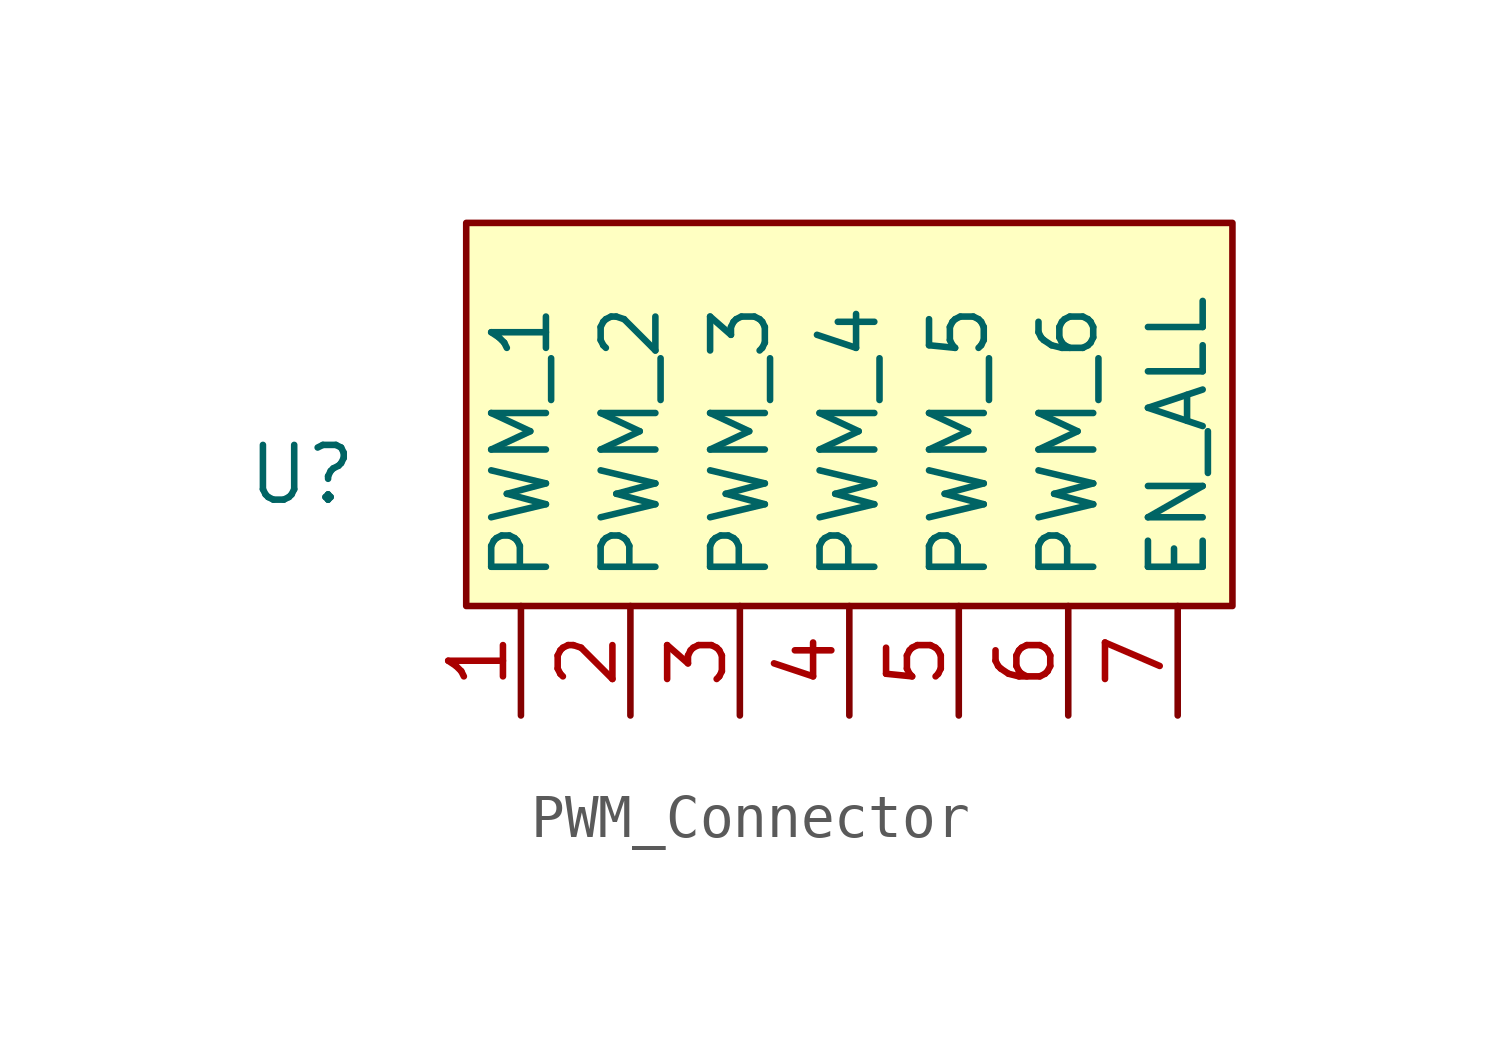
<source format=kicad_sym>
(kicad_symbol_lib
  (version 20231120)
  (generator "kicad_symbol_editor")
  (generator_version "8.0")
  (symbol "PWM_Connector"
    (property "Reference" "U"
      (at -3.81 3.048 0)
      (effects (font (size 1.27 1.27))))
    (property "Value" ""
      (at 0 0 0)
      (effects (font (size 1.27 1.27))))
    (symbol "PWM_Connector_1_1"
      (rectangle (start 0 8.89) (end 17.78 0) (stroke (width 0) (type default)) (fill (type background)))
      (pin input line (at 1.27 -2.54 90) (length 2.54) (name "PWM_1" (effects (font (size 1.27 1.27)))) (number "1" (effects (font (size 1.27 1.27)))))
      (pin input line (at 3.81 -2.54 90) (length 2.54) (name "PWM_2" (effects (font (size 1.27 1.27)))) (number "2" (effects (font (size 1.27 1.27)))))
      (pin input line (at 6.35 -2.54 90) (length 2.54) (name "PWM_3" (effects (font (size 1.27 1.27)))) (number "3" (effects (font (size 1.27 1.27)))))
      (pin input line (at 8.89 -2.54 90) (length 2.54) (name "PWM_4" (effects (font (size 1.27 1.27)))) (number "4" (effects (font (size 1.27 1.27)))))
      (pin input line (at 11.43 -2.54 90) (length 2.54) (name "PWM_5" (effects (font (size 1.27 1.27)))) (number "5" (effects (font (size 1.27 1.27)))))
      (pin input line (at 13.97 -2.54 90) (length 2.54) (name "PWM_6" (effects (font (size 1.27 1.27)))) (number "6" (effects (font (size 1.27 1.27)))))
      (pin input line (at 16.51 -2.54 90) (length 2.54) (name "EN_ALL" (effects (font (size 1.27 1.27)))) (number "7" (effects (font (size 1.27 1.27))))))))
</source>
